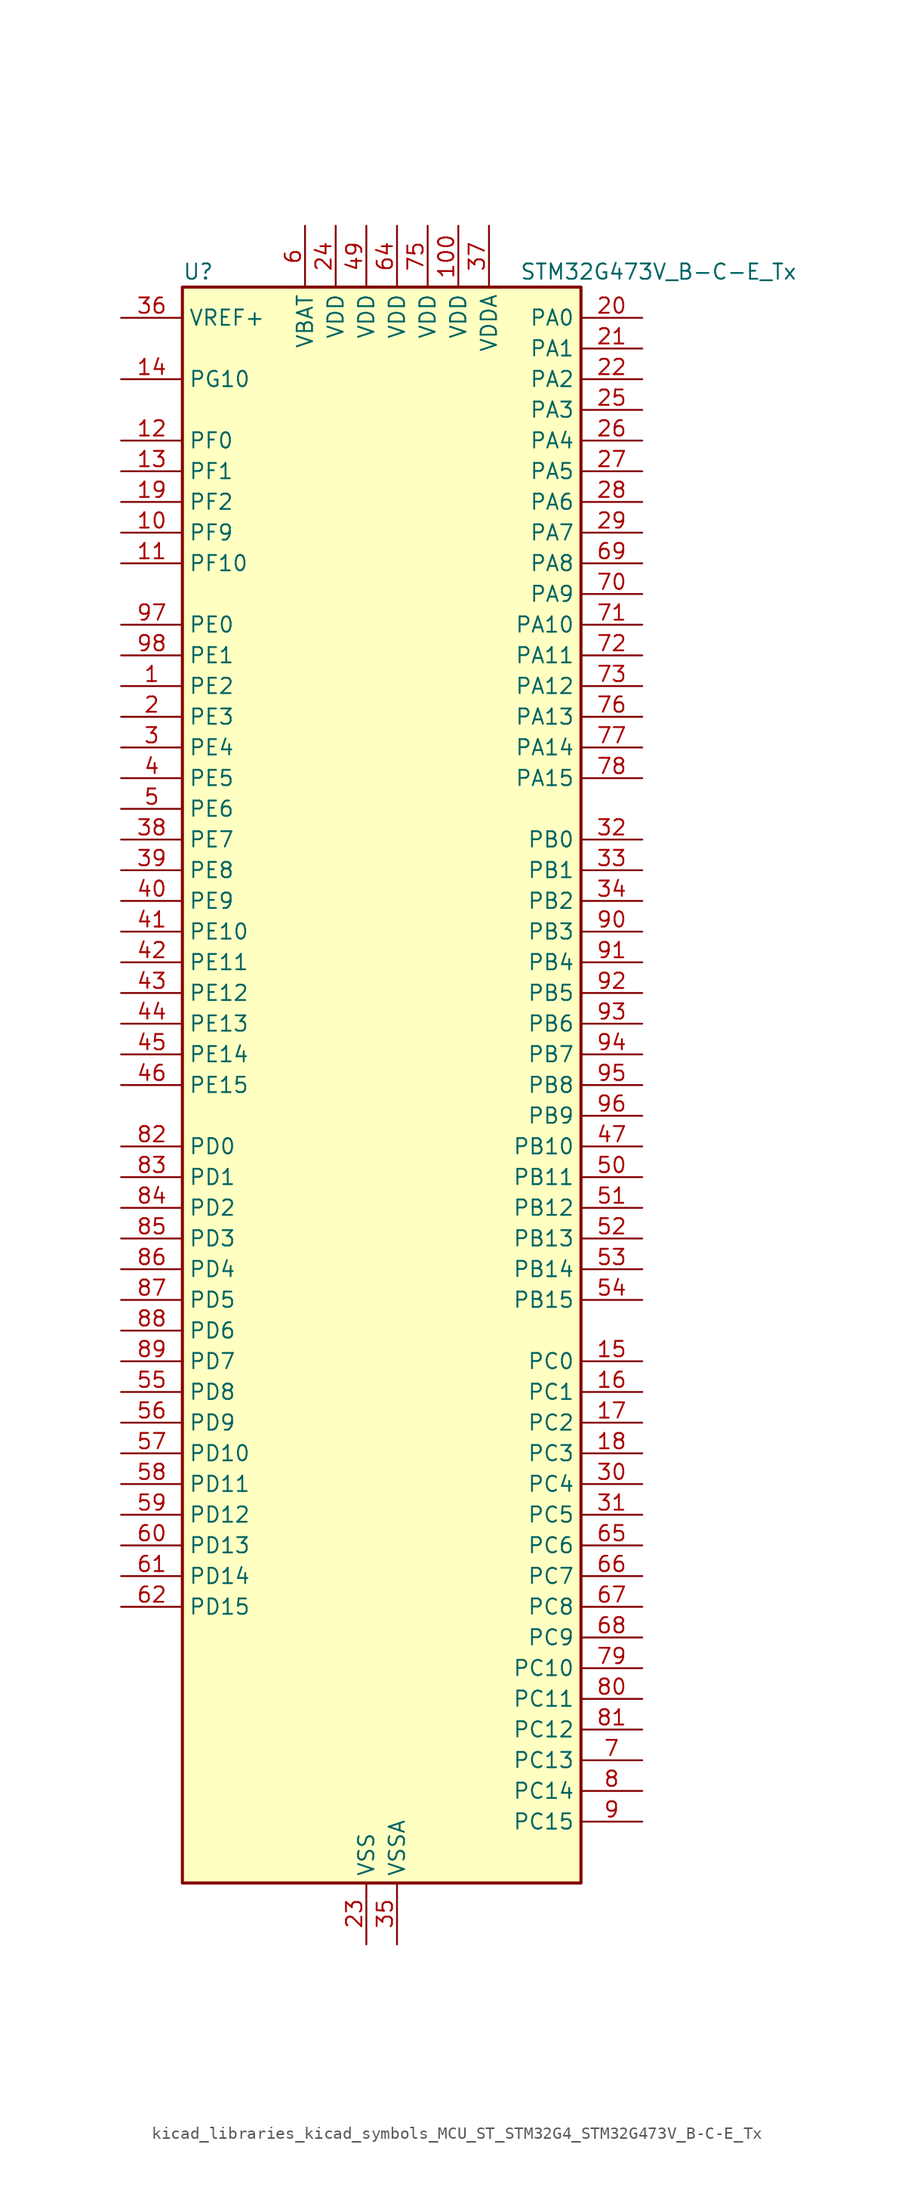
<source format=kicad_sym>
(kicad_symbol_lib
  (version 20220914)
  (generator kicad_symbol_editor)
  (symbol "kicad_libraries_kicad_symbols_MCU_ST_STM32G4_STM32G473V_B-C-E_Tx"
    (property "Reference" "U"
      (at -15.24 67.31 0)
      (effects (font (size 1.27 1.27)) (justify left)))
    (property "Value" "STM32G473V_B-C-E_Tx"
      (at 12.7 67.31 0)
      (effects (font (size 1.27 1.27)) (justify left)))
    (property "ki_locked" ""
      (at 0 0 0)
      (effects (font (size 1.27 1.27))))
    (symbol "kicad_libraries_kicad_symbols_MCU_ST_STM32G4_STM32G473V_B-C-E_Tx_0_1"
      (rectangle (start -15.24 -66.04) (end 17.78 66.04) (stroke (width 0.254) (type default)) (fill (type background))))
    (symbol "kicad_libraries_kicad_symbols_MCU_ST_STM32G4_STM32G473V_B-C-E_Tx_1_1"
      (pin bidirectional line (at -20.32 33.02 0) (length 5.08) (name "PE2" (effects (font (size 1.27 1.27)))) (number "1" (effects (font (size 1.27 1.27)))) (alternate "ADC3_EXTI2" bidirectional line) (alternate "ADC4_EXTI2" bidirectional line) (alternate "ADC5_EXTI2" bidirectional line) (alternate "FMC_A23" bidirectional line) (alternate "SAI1_CK1" bidirectional line) (alternate "SAI1_MCLK_A" bidirectional line) (alternate "SPI4_SCK" bidirectional line) (alternate "SYS_TRACECLK" bidirectional line) (alternate "TIM20_CH1" bidirectional line) (alternate "TIM3_CH1" bidirectional line))
      (pin bidirectional line (at -20.32 45.72 0) (length 5.08) (name "PF9" (effects (font (size 1.27 1.27)))) (number "10" (effects (font (size 1.27 1.27)))) (alternate "DAC1_EXTI9" bidirectional line) (alternate "DAC2_EXTI9" bidirectional line) (alternate "DAC3_EXTI9" bidirectional line) (alternate "DAC4_EXTI9" bidirectional line) (alternate "FMC_A25" bidirectional line) (alternate "QUADSPI1_BK1_IO1" bidirectional line) (alternate "SAI1_FS_B" bidirectional line) (alternate "SPI2_SCK" bidirectional line) (alternate "TIM15_CH1" bidirectional line) (alternate "TIM20_BKIN" bidirectional line) (alternate "TIM5_CH4" bidirectional line))
      (pin power_in line (at 7.62 71.12 270) (length 5.08) (name "VDD" (effects (font (size 1.27 1.27)))) (number "100" (effects (font (size 1.27 1.27)))))
      (pin bidirectional line (at -20.32 43.18 0) (length 5.08) (name "PF10" (effects (font (size 1.27 1.27)))) (number "11" (effects (font (size 1.27 1.27)))) (alternate "DAC1_EXTI10" bidirectional line) (alternate "DAC2_EXTI10" bidirectional line) (alternate "DAC3_EXTI10" bidirectional line) (alternate "DAC4_EXTI10" bidirectional line) (alternate "FMC_A0" bidirectional line) (alternate "QUADSPI1_CLK" bidirectional line) (alternate "SAI1_D3" bidirectional line) (alternate "SPI2_SCK" bidirectional line) (alternate "TIM15_CH2" bidirectional line) (alternate "TIM20_BKIN2" bidirectional line))
      (pin bidirectional line (at -20.32 53.34 0) (length 5.08) (name "PF0" (effects (font (size 1.27 1.27)))) (number "12" (effects (font (size 1.27 1.27)))) (alternate "ADC1_IN10" bidirectional line) (alternate "I2C2_SDA" bidirectional line) (alternate "I2S2_WS" bidirectional line) (alternate "RCC_OSC_IN" bidirectional line) (alternate "SPI2_NSS" bidirectional line) (alternate "TIM1_CH3N" bidirectional line))
      (pin bidirectional line (at -20.32 50.8 0) (length 5.08) (name "PF1" (effects (font (size 1.27 1.27)))) (number "13" (effects (font (size 1.27 1.27)))) (alternate "ADC2_IN10" bidirectional line) (alternate "COMP3_INM" bidirectional line) (alternate "I2S2_CK" bidirectional line) (alternate "RCC_OSC_OUT" bidirectional line) (alternate "SPI2_SCK" bidirectional line))
      (pin bidirectional line (at -20.32 58.42 0) (length 5.08) (name "PG10" (effects (font (size 1.27 1.27)))) (number "14" (effects (font (size 1.27 1.27)))) (alternate "DAC1_EXTI10" bidirectional line) (alternate "DAC2_EXTI10" bidirectional line) (alternate "DAC3_EXTI10" bidirectional line) (alternate "DAC4_EXTI10" bidirectional line) (alternate "RCC_MCO" bidirectional line))
      (pin bidirectional line (at 22.86 -22.86 180) (length 5.08) (name "PC0" (effects (font (size 1.27 1.27)))) (number "15" (effects (font (size 1.27 1.27)))) (alternate "ADC1_IN6" bidirectional line) (alternate "ADC2_IN6" bidirectional line) (alternate "COMP3_INM" bidirectional line) (alternate "LPTIM1_IN1" bidirectional line) (alternate "LPUART1_RX" bidirectional line) (alternate "TIM1_CH1" bidirectional line))
      (pin bidirectional line (at 22.86 -25.4 180) (length 5.08) (name "PC1" (effects (font (size 1.27 1.27)))) (number "16" (effects (font (size 1.27 1.27)))) (alternate "ADC1_IN7" bidirectional line) (alternate "ADC2_IN7" bidirectional line) (alternate "COMP3_INP" bidirectional line) (alternate "LPTIM1_OUT" bidirectional line) (alternate "LPUART1_TX" bidirectional line) (alternate "QUADSPI1_BK2_IO0" bidirectional line) (alternate "SAI1_SD_A" bidirectional line) (alternate "TIM1_CH2" bidirectional line))
      (pin bidirectional line (at 22.86 -27.94 180) (length 5.08) (name "PC2" (effects (font (size 1.27 1.27)))) (number "17" (effects (font (size 1.27 1.27)))) (alternate "ADC1_IN8" bidirectional line) (alternate "ADC2_IN8" bidirectional line) (alternate "ADC3_EXTI2" bidirectional line) (alternate "ADC4_EXTI2" bidirectional line) (alternate "ADC5_EXTI2" bidirectional line) (alternate "COMP3_OUT" bidirectional line) (alternate "LPTIM1_IN2" bidirectional line) (alternate "QUADSPI1_BK2_IO1" bidirectional line) (alternate "TIM1_CH3" bidirectional line) (alternate "TIM20_CH2" bidirectional line))
      (pin bidirectional line (at 22.86 -30.48 180) (length 5.08) (name "PC3" (effects (font (size 1.27 1.27)))) (number "18" (effects (font (size 1.27 1.27)))) (alternate "ADC1_IN9" bidirectional line) (alternate "ADC2_IN9" bidirectional line) (alternate "ADC3_EXTI3" bidirectional line) (alternate "ADC4_EXTI3" bidirectional line) (alternate "ADC5_EXTI3" bidirectional line) (alternate "LPTIM1_ETR" bidirectional line) (alternate "OPAMP5_VINP" bidirectional line) (alternate "OPAMP5_VINP_SEC" bidirectional line) (alternate "QUADSPI1_BK2_IO2" bidirectional line) (alternate "SAI1_D1" bidirectional line) (alternate "SAI1_SD_A" bidirectional line) (alternate "TIM1_BKIN2" bidirectional line) (alternate "TIM1_CH4" bidirectional line))
      (pin bidirectional line (at -20.32 48.26 0) (length 5.08) (name "PF2" (effects (font (size 1.27 1.27)))) (number "19" (effects (font (size 1.27 1.27)))) (alternate "ADC3_EXTI2" bidirectional line) (alternate "ADC4_EXTI2" bidirectional line) (alternate "ADC5_EXTI2" bidirectional line) (alternate "FMC_A2" bidirectional line) (alternate "I2C2_SMBA" bidirectional line) (alternate "TIM20_CH3" bidirectional line))
      (pin bidirectional line (at -20.32 30.48 0) (length 5.08) (name "PE3" (effects (font (size 1.27 1.27)))) (number "2" (effects (font (size 1.27 1.27)))) (alternate "ADC3_EXTI3" bidirectional line) (alternate "ADC4_EXTI3" bidirectional line) (alternate "ADC5_EXTI3" bidirectional line) (alternate "FMC_A19" bidirectional line) (alternate "SAI1_SD_B" bidirectional line) (alternate "SPI4_NSS" bidirectional line) (alternate "SYS_TRACED0" bidirectional line) (alternate "TIM20_CH2" bidirectional line) (alternate "TIM3_CH2" bidirectional line))
      (pin bidirectional line (at 22.86 63.5 180) (length 5.08) (name "PA0" (effects (font (size 1.27 1.27)))) (number "20" (effects (font (size 1.27 1.27)))) (alternate "ADC1_IN1" bidirectional line) (alternate "ADC2_IN1" bidirectional line) (alternate "COMP1_INM" bidirectional line) (alternate "COMP1_OUT" bidirectional line) (alternate "COMP3_INP" bidirectional line) (alternate "RTC_TAMP2" bidirectional line) (alternate "SYS_WKUP1" bidirectional line) (alternate "TIM2_CH1" bidirectional line) (alternate "TIM2_ETR" bidirectional line) (alternate "TIM5_CH1" bidirectional line) (alternate "TIM8_BKIN" bidirectional line) (alternate "TIM8_ETR" bidirectional line) (alternate "USART2_CTS" bidirectional line) (alternate "USART2_NSS" bidirectional line))
      (pin bidirectional line (at 22.86 60.96 180) (length 5.08) (name "PA1" (effects (font (size 1.27 1.27)))) (number "21" (effects (font (size 1.27 1.27)))) (alternate "ADC1_IN2" bidirectional line) (alternate "ADC2_IN2" bidirectional line) (alternate "COMP1_INP" bidirectional line) (alternate "OPAMP1_VINP" bidirectional line) (alternate "OPAMP1_VINP_SEC" bidirectional line) (alternate "OPAMP3_VINP" bidirectional line) (alternate "OPAMP3_VINP_SEC" bidirectional line) (alternate "OPAMP6_VINM" bidirectional line) (alternate "OPAMP6_VINM0" bidirectional line) (alternate "OPAMP6_VINM_SEC" bidirectional line) (alternate "RTC_REFIN" bidirectional line) (alternate "TIM15_CH1N" bidirectional line) (alternate "TIM2_CH2" bidirectional line) (alternate "TIM5_CH2" bidirectional line) (alternate "USART2_DE" bidirectional line) (alternate "USART2_RTS" bidirectional line))
      (pin bidirectional line (at 22.86 58.42 180) (length 5.08) (name "PA2" (effects (font (size 1.27 1.27)))) (number "22" (effects (font (size 1.27 1.27)))) (alternate "ADC1_IN3" bidirectional line) (alternate "ADC3_EXTI2" bidirectional line) (alternate "ADC4_EXTI2" bidirectional line) (alternate "ADC5_EXTI2" bidirectional line) (alternate "COMP2_INM" bidirectional line) (alternate "COMP2_OUT" bidirectional line) (alternate "LPUART1_TX" bidirectional line) (alternate "OPAMP1_VOUT" bidirectional line) (alternate "QUADSPI1_BK1_NCS" bidirectional line) (alternate "RCC_LSCO" bidirectional line) (alternate "SYS_WKUP4" bidirectional line) (alternate "TIM15_CH1" bidirectional line) (alternate "TIM2_CH3" bidirectional line) (alternate "TIM5_CH3" bidirectional line) (alternate "UCPD1_FRSTX1" bidirectional line) (alternate "UCPD1_FRSTX2" bidirectional line) (alternate "USART2_TX" bidirectional line))
      (pin power_in line (at 0 -71.12 90) (length 5.08) (name "VSS" (effects (font (size 1.27 1.27)))) (number "23" (effects (font (size 1.27 1.27)))))
      (pin power_in line (at -2.54 71.12 270) (length 5.08) (name "VDD" (effects (font (size 1.27 1.27)))) (number "24" (effects (font (size 1.27 1.27)))))
      (pin bidirectional line (at 22.86 55.88 180) (length 5.08) (name "PA3" (effects (font (size 1.27 1.27)))) (number "25" (effects (font (size 1.27 1.27)))) (alternate "ADC1_IN4" bidirectional line) (alternate "ADC3_EXTI3" bidirectional line) (alternate "ADC4_EXTI3" bidirectional line) (alternate "ADC5_EXTI3" bidirectional line) (alternate "COMP2_INP" bidirectional line) (alternate "LPUART1_RX" bidirectional line) (alternate "OPAMP1_VINM" bidirectional line) (alternate "OPAMP1_VINM0" bidirectional line) (alternate "OPAMP1_VINM_SEC" bidirectional line) (alternate "OPAMP1_VINP" bidirectional line) (alternate "OPAMP1_VINP_SEC" bidirectional line) (alternate "OPAMP5_VINM" bidirectional line) (alternate "OPAMP5_VINM1" bidirectional line) (alternate "OPAMP5_VINM_SEC" bidirectional line) (alternate "QUADSPI1_CLK" bidirectional line) (alternate "SAI1_CK1" bidirectional line) (alternate "SAI1_MCLK_A" bidirectional line) (alternate "TIM15_CH2" bidirectional line) (alternate "TIM2_CH4" bidirectional line) (alternate "TIM5_CH4" bidirectional line) (alternate "USART2_RX" bidirectional line))
      (pin bidirectional line (at 22.86 53.34 180) (length 5.08) (name "PA4" (effects (font (size 1.27 1.27)))) (number "26" (effects (font (size 1.27 1.27)))) (alternate "ADC2_IN17" bidirectional line) (alternate "COMP1_INM" bidirectional line) (alternate "DAC1_OUT1" bidirectional line) (alternate "I2S3_WS" bidirectional line) (alternate "SAI1_FS_B" bidirectional line) (alternate "SPI1_NSS" bidirectional line) (alternate "SPI3_NSS" bidirectional line) (alternate "TIM3_CH2" bidirectional line) (alternate "USART2_CK" bidirectional line))
      (pin bidirectional line (at 22.86 50.8 180) (length 5.08) (name "PA5" (effects (font (size 1.27 1.27)))) (number "27" (effects (font (size 1.27 1.27)))) (alternate "ADC2_IN13" bidirectional line) (alternate "COMP2_INM" bidirectional line) (alternate "DAC1_OUT2" bidirectional line) (alternate "OPAMP2_VINM" bidirectional line) (alternate "OPAMP2_VINM0" bidirectional line) (alternate "OPAMP2_VINM_SEC" bidirectional line) (alternate "SPI1_SCK" bidirectional line) (alternate "TIM2_CH1" bidirectional line) (alternate "TIM2_ETR" bidirectional line) (alternate "UCPD1_FRSTX1" bidirectional line) (alternate "UCPD1_FRSTX2" bidirectional line))
      (pin bidirectional line (at 22.86 48.26 180) (length 5.08) (name "PA6" (effects (font (size 1.27 1.27)))) (number "28" (effects (font (size 1.27 1.27)))) (alternate "ADC2_IN3" bidirectional line) (alternate "COMP1_OUT" bidirectional line) (alternate "DAC2_OUT1" bidirectional line) (alternate "LPUART1_CTS" bidirectional line) (alternate "OPAMP2_VOUT" bidirectional line) (alternate "QUADSPI1_BK1_IO3" bidirectional line) (alternate "SPI1_MISO" bidirectional line) (alternate "TIM16_CH1" bidirectional line) (alternate "TIM1_BKIN" bidirectional line) (alternate "TIM3_CH1" bidirectional line) (alternate "TIM8_BKIN" bidirectional line))
      (pin bidirectional line (at 22.86 45.72 180) (length 5.08) (name "PA7" (effects (font (size 1.27 1.27)))) (number "29" (effects (font (size 1.27 1.27)))) (alternate "ADC2_IN4" bidirectional line) (alternate "COMP2_INP" bidirectional line) (alternate "COMP2_OUT" bidirectional line) (alternate "OPAMP1_VINP" bidirectional line) (alternate "OPAMP1_VINP_SEC" bidirectional line) (alternate "OPAMP2_VINP" bidirectional line) (alternate "OPAMP2_VINP_SEC" bidirectional line) (alternate "QUADSPI1_BK1_IO2" bidirectional line) (alternate "SPI1_MOSI" bidirectional line) (alternate "TIM17_CH1" bidirectional line) (alternate "TIM1_CH1N" bidirectional line) (alternate "TIM3_CH2" bidirectional line) (alternate "TIM8_CH1N" bidirectional line) (alternate "UCPD1_FRSTX1" bidirectional line) (alternate "UCPD1_FRSTX2" bidirectional line))
      (pin bidirectional line (at -20.32 27.94 0) (length 5.08) (name "PE4" (effects (font (size 1.27 1.27)))) (number "3" (effects (font (size 1.27 1.27)))) (alternate "FMC_A20" bidirectional line) (alternate "SAI1_D2" bidirectional line) (alternate "SAI1_FS_A" bidirectional line) (alternate "SPI4_NSS" bidirectional line) (alternate "SYS_TRACED1" bidirectional line) (alternate "TIM20_CH1N" bidirectional line) (alternate "TIM3_CH3" bidirectional line))
      (pin bidirectional line (at 22.86 -33.02 180) (length 5.08) (name "PC4" (effects (font (size 1.27 1.27)))) (number "30" (effects (font (size 1.27 1.27)))) (alternate "ADC2_IN5" bidirectional line) (alternate "I2C2_SCL" bidirectional line) (alternate "QUADSPI1_BK2_IO3" bidirectional line) (alternate "TIM1_ETR" bidirectional line) (alternate "USART1_TX" bidirectional line))
      (pin bidirectional line (at 22.86 -35.56 180) (length 5.08) (name "PC5" (effects (font (size 1.27 1.27)))) (number "31" (effects (font (size 1.27 1.27)))) (alternate "ADC2_IN11" bidirectional line) (alternate "OPAMP1_VINM" bidirectional line) (alternate "OPAMP1_VINM1" bidirectional line) (alternate "OPAMP1_VINM_SEC" bidirectional line) (alternate "OPAMP2_VINM" bidirectional line) (alternate "OPAMP2_VINM1" bidirectional line) (alternate "OPAMP2_VINM_SEC" bidirectional line) (alternate "SAI1_D3" bidirectional line) (alternate "SYS_WKUP5" bidirectional line) (alternate "TIM15_BKIN" bidirectional line) (alternate "TIM1_CH4N" bidirectional line) (alternate "USART1_RX" bidirectional line))
      (pin bidirectional line (at 22.86 20.32 180) (length 5.08) (name "PB0" (effects (font (size 1.27 1.27)))) (number "32" (effects (font (size 1.27 1.27)))) (alternate "ADC1_IN15" bidirectional line) (alternate "ADC3_IN12" bidirectional line) (alternate "COMP4_INP" bidirectional line) (alternate "OPAMP2_VINP" bidirectional line) (alternate "OPAMP2_VINP_SEC" bidirectional line) (alternate "OPAMP3_VINP" bidirectional line) (alternate "OPAMP3_VINP_SEC" bidirectional line) (alternate "QUADSPI1_BK1_IO1" bidirectional line) (alternate "TIM1_CH2N" bidirectional line) (alternate "TIM3_CH3" bidirectional line) (alternate "TIM8_CH2N" bidirectional line) (alternate "UCPD1_FRSTX1" bidirectional line) (alternate "UCPD1_FRSTX2" bidirectional line))
      (pin bidirectional line (at 22.86 17.78 180) (length 5.08) (name "PB1" (effects (font (size 1.27 1.27)))) (number "33" (effects (font (size 1.27 1.27)))) (alternate "ADC1_IN12" bidirectional line) (alternate "ADC3_IN1" bidirectional line) (alternate "COMP1_INP" bidirectional line) (alternate "COMP4_OUT" bidirectional line) (alternate "LPUART1_DE" bidirectional line) (alternate "LPUART1_RTS" bidirectional line) (alternate "OPAMP3_VOUT" bidirectional line) (alternate "OPAMP6_VINM" bidirectional line) (alternate "OPAMP6_VINM1" bidirectional line) (alternate "OPAMP6_VINM_SEC" bidirectional line) (alternate "QUADSPI1_BK1_IO0" bidirectional line) (alternate "TIM1_CH3N" bidirectional line) (alternate "TIM3_CH4" bidirectional line) (alternate "TIM8_CH3N" bidirectional line))
      (pin bidirectional line (at 22.86 15.24 180) (length 5.08) (name "PB2" (effects (font (size 1.27 1.27)))) (number "34" (effects (font (size 1.27 1.27)))) (alternate "ADC2_IN12" bidirectional line) (alternate "ADC3_EXTI2" bidirectional line) (alternate "ADC4_EXTI2" bidirectional line) (alternate "ADC5_EXTI2" bidirectional line) (alternate "COMP4_INM" bidirectional line) (alternate "I2C3_SMBA" bidirectional line) (alternate "LPTIM1_OUT" bidirectional line) (alternate "OPAMP3_VINM" bidirectional line) (alternate "OPAMP3_VINM0" bidirectional line) (alternate "OPAMP3_VINM_SEC" bidirectional line) (alternate "QUADSPI1_BK2_IO1" bidirectional line) (alternate "RTC_OUT2" bidirectional line) (alternate "TIM20_CH1" bidirectional line) (alternate "TIM5_CH1" bidirectional line))
      (pin power_in line (at 2.54 -71.12 90) (length 5.08) (name "VSSA" (effects (font (size 1.27 1.27)))) (number "35" (effects (font (size 1.27 1.27)))))
      (pin input line (at -20.32 63.5 0) (length 5.08) (name "VREF+" (effects (font (size 1.27 1.27)))) (number "36" (effects (font (size 1.27 1.27)))) (alternate "VREFBUF_OUT" bidirectional line))
      (pin power_in line (at 10.16 71.12 270) (length 5.08) (name "VDDA" (effects (font (size 1.27 1.27)))) (number "37" (effects (font (size 1.27 1.27)))))
      (pin bidirectional line (at -20.32 20.32 0) (length 5.08) (name "PE7" (effects (font (size 1.27 1.27)))) (number "38" (effects (font (size 1.27 1.27)))) (alternate "ADC3_IN4" bidirectional line) (alternate "COMP4_INP" bidirectional line) (alternate "FMC_D4" bidirectional line) (alternate "FMC_DA4" bidirectional line) (alternate "SAI1_SD_B" bidirectional line) (alternate "TIM1_ETR" bidirectional line))
      (pin bidirectional line (at -20.32 17.78 0) (length 5.08) (name "PE8" (effects (font (size 1.27 1.27)))) (number "39" (effects (font (size 1.27 1.27)))) (alternate "ADC3_IN6" bidirectional line) (alternate "ADC4_IN6" bidirectional line) (alternate "ADC5_IN6" bidirectional line) (alternate "COMP4_INM" bidirectional line) (alternate "FMC_D5" bidirectional line) (alternate "FMC_DA5" bidirectional line) (alternate "SAI1_SCK_B" bidirectional line) (alternate "TIM1_CH1N" bidirectional line) (alternate "TIM5_CH3" bidirectional line))
      (pin bidirectional line (at -20.32 25.4 0) (length 5.08) (name "PE5" (effects (font (size 1.27 1.27)))) (number "4" (effects (font (size 1.27 1.27)))) (alternate "FMC_A21" bidirectional line) (alternate "SAI1_CK2" bidirectional line) (alternate "SAI1_SCK_A" bidirectional line) (alternate "SPI4_MISO" bidirectional line) (alternate "SYS_TRACED2" bidirectional line) (alternate "TIM20_CH2N" bidirectional line) (alternate "TIM3_CH4" bidirectional line))
      (pin bidirectional line (at -20.32 15.24 0) (length 5.08) (name "PE9" (effects (font (size 1.27 1.27)))) (number "40" (effects (font (size 1.27 1.27)))) (alternate "ADC3_IN2" bidirectional line) (alternate "DAC1_EXTI9" bidirectional line) (alternate "DAC2_EXTI9" bidirectional line) (alternate "DAC3_EXTI9" bidirectional line) (alternate "DAC4_EXTI9" bidirectional line) (alternate "FMC_D6" bidirectional line) (alternate "FMC_DA6" bidirectional line) (alternate "SAI1_FS_B" bidirectional line) (alternate "TIM1_CH1" bidirectional line) (alternate "TIM5_CH4" bidirectional line))
      (pin bidirectional line (at -20.32 12.7 0) (length 5.08) (name "PE10" (effects (font (size 1.27 1.27)))) (number "41" (effects (font (size 1.27 1.27)))) (alternate "ADC3_IN14" bidirectional line) (alternate "ADC4_IN14" bidirectional line) (alternate "ADC5_IN14" bidirectional line) (alternate "DAC1_EXTI10" bidirectional line) (alternate "DAC2_EXTI10" bidirectional line) (alternate "DAC3_EXTI10" bidirectional line) (alternate "DAC4_EXTI10" bidirectional line) (alternate "FMC_D7" bidirectional line) (alternate "FMC_DA7" bidirectional line) (alternate "QUADSPI1_CLK" bidirectional line) (alternate "SAI1_MCLK_B" bidirectional line) (alternate "TIM1_CH2N" bidirectional line))
      (pin bidirectional line (at -20.32 10.16 0) (length 5.08) (name "PE11" (effects (font (size 1.27 1.27)))) (number "42" (effects (font (size 1.27 1.27)))) (alternate "ADC1_EXTI11" bidirectional line) (alternate "ADC2_EXTI11" bidirectional line) (alternate "ADC3_IN15" bidirectional line) (alternate "ADC4_IN15" bidirectional line) (alternate "ADC5_IN15" bidirectional line) (alternate "FMC_D8" bidirectional line) (alternate "FMC_DA8" bidirectional line) (alternate "QUADSPI1_BK1_NCS" bidirectional line) (alternate "SPI4_NSS" bidirectional line) (alternate "TIM1_CH2" bidirectional line))
      (pin bidirectional line (at -20.32 7.62 0) (length 5.08) (name "PE12" (effects (font (size 1.27 1.27)))) (number "43" (effects (font (size 1.27 1.27)))) (alternate "ADC3_IN16" bidirectional line) (alternate "ADC4_IN16" bidirectional line) (alternate "ADC5_IN16" bidirectional line) (alternate "FMC_D9" bidirectional line) (alternate "FMC_DA9" bidirectional line) (alternate "QUADSPI1_BK1_IO0" bidirectional line) (alternate "SPI4_SCK" bidirectional line) (alternate "TIM1_CH3N" bidirectional line))
      (pin bidirectional line (at -20.32 5.08 0) (length 5.08) (name "PE13" (effects (font (size 1.27 1.27)))) (number "44" (effects (font (size 1.27 1.27)))) (alternate "ADC3_IN3" bidirectional line) (alternate "FMC_D10" bidirectional line) (alternate "FMC_DA10" bidirectional line) (alternate "QUADSPI1_BK1_IO1" bidirectional line) (alternate "SPI4_MISO" bidirectional line) (alternate "TIM1_CH3" bidirectional line))
      (pin bidirectional line (at -20.32 2.54 0) (length 5.08) (name "PE14" (effects (font (size 1.27 1.27)))) (number "45" (effects (font (size 1.27 1.27)))) (alternate "ADC4_IN1" bidirectional line) (alternate "FMC_D11" bidirectional line) (alternate "FMC_DA11" bidirectional line) (alternate "QUADSPI1_BK1_IO2" bidirectional line) (alternate "SPI4_MOSI" bidirectional line) (alternate "TIM1_BKIN2" bidirectional line) (alternate "TIM1_CH4" bidirectional line))
      (pin bidirectional line (at -20.32 0 0) (length 5.08) (name "PE15" (effects (font (size 1.27 1.27)))) (number "46" (effects (font (size 1.27 1.27)))) (alternate "ADC1_EXTI15" bidirectional line) (alternate "ADC2_EXTI15" bidirectional line) (alternate "ADC4_IN2" bidirectional line) (alternate "FMC_D12" bidirectional line) (alternate "FMC_DA12" bidirectional line) (alternate "QUADSPI1_BK1_IO3" bidirectional line) (alternate "TIM1_BKIN" bidirectional line) (alternate "TIM1_CH4N" bidirectional line) (alternate "USART3_RX" bidirectional line))
      (pin bidirectional line (at 22.86 -5.08 180) (length 5.08) (name "PB10" (effects (font (size 1.27 1.27)))) (number "47" (effects (font (size 1.27 1.27)))) (alternate "COMP5_INM" bidirectional line) (alternate "DAC1_EXTI10" bidirectional line) (alternate "DAC2_EXTI10" bidirectional line) (alternate "DAC3_EXTI10" bidirectional line) (alternate "DAC4_EXTI10" bidirectional line) (alternate "LPUART1_RX" bidirectional line) (alternate "OPAMP3_VINM" bidirectional line) (alternate "OPAMP3_VINM1" bidirectional line) (alternate "OPAMP3_VINM_SEC" bidirectional line) (alternate "OPAMP4_VINM" bidirectional line) (alternate "OPAMP4_VINM0" bidirectional line) (alternate "OPAMP4_VINM_SEC" bidirectional line) (alternate "QUADSPI1_CLK" bidirectional line) (alternate "SAI1_SCK_A" bidirectional line) (alternate "TIM1_BKIN" bidirectional line) (alternate "TIM2_CH3" bidirectional line) (alternate "USART3_TX" bidirectional line))
      (pin passive line (at 0 -71.12 90) (length 5.08) hide (name "VSS" (effects (font (size 1.27 1.27)))) (number "48" (effects (font (size 1.27 1.27)))))
      (pin power_in line (at 0 71.12 270) (length 5.08) (name "VDD" (effects (font (size 1.27 1.27)))) (number "49" (effects (font (size 1.27 1.27)))))
      (pin bidirectional line (at -20.32 22.86 0) (length 5.08) (name "PE6" (effects (font (size 1.27 1.27)))) (number "5" (effects (font (size 1.27 1.27)))) (alternate "FMC_A22" bidirectional line) (alternate "RTC_TAMP3" bidirectional line) (alternate "SAI1_D1" bidirectional line) (alternate "SAI1_SD_A" bidirectional line) (alternate "SPI4_MOSI" bidirectional line) (alternate "SYS_TRACED3" bidirectional line) (alternate "SYS_WKUP3" bidirectional line) (alternate "TIM20_CH3N" bidirectional line))
      (pin bidirectional line (at 22.86 -7.62 180) (length 5.08) (name "PB11" (effects (font (size 1.27 1.27)))) (number "50" (effects (font (size 1.27 1.27)))) (alternate "ADC1_EXTI11" bidirectional line) (alternate "ADC1_IN14" bidirectional line) (alternate "ADC2_EXTI11" bidirectional line) (alternate "ADC2_IN14" bidirectional line) (alternate "COMP6_INP" bidirectional line) (alternate "LPUART1_TX" bidirectional line) (alternate "OPAMP4_VINP" bidirectional line) (alternate "OPAMP4_VINP_SEC" bidirectional line) (alternate "OPAMP6_VOUT" bidirectional line) (alternate "QUADSPI1_BK1_NCS" bidirectional line) (alternate "TIM2_CH4" bidirectional line) (alternate "USART3_RX" bidirectional line))
      (pin bidirectional line (at 22.86 -10.16 180) (length 5.08) (name "PB12" (effects (font (size 1.27 1.27)))) (number "51" (effects (font (size 1.27 1.27)))) (alternate "ADC1_IN11" bidirectional line) (alternate "ADC4_IN3" bidirectional line) (alternate "COMP7_INM" bidirectional line) (alternate "FDCAN2_RX" bidirectional line) (alternate "I2C2_SMBA" bidirectional line) (alternate "I2S2_WS" bidirectional line) (alternate "LPUART1_DE" bidirectional line) (alternate "LPUART1_RTS" bidirectional line) (alternate "OPAMP4_VOUT" bidirectional line) (alternate "OPAMP6_VINP" bidirectional line) (alternate "OPAMP6_VINP_SEC" bidirectional line) (alternate "SPI2_NSS" bidirectional line) (alternate "TIM1_BKIN" bidirectional line) (alternate "TIM5_ETR" bidirectional line) (alternate "USART3_CK" bidirectional line))
      (pin bidirectional line (at 22.86 -12.7 180) (length 5.08) (name "PB13" (effects (font (size 1.27 1.27)))) (number "52" (effects (font (size 1.27 1.27)))) (alternate "ADC3_IN5" bidirectional line) (alternate "COMP5_INP" bidirectional line) (alternate "FDCAN2_TX" bidirectional line) (alternate "I2S2_CK" bidirectional line) (alternate "LPUART1_CTS" bidirectional line) (alternate "OPAMP3_VINP" bidirectional line) (alternate "OPAMP3_VINP_SEC" bidirectional line) (alternate "OPAMP4_VINP" bidirectional line) (alternate "OPAMP4_VINP_SEC" bidirectional line) (alternate "OPAMP6_VINP" bidirectional line) (alternate "OPAMP6_VINP_SEC" bidirectional line) (alternate "SPI2_SCK" bidirectional line) (alternate "TIM1_CH1N" bidirectional line) (alternate "USART3_CTS" bidirectional line) (alternate "USART3_NSS" bidirectional line))
      (pin bidirectional line (at 22.86 -15.24 180) (length 5.08) (name "PB14" (effects (font (size 1.27 1.27)))) (number "53" (effects (font (size 1.27 1.27)))) (alternate "ADC1_IN5" bidirectional line) (alternate "ADC4_IN4" bidirectional line) (alternate "COMP4_OUT" bidirectional line) (alternate "COMP7_INP" bidirectional line) (alternate "OPAMP2_VINP" bidirectional line) (alternate "OPAMP2_VINP_SEC" bidirectional line) (alternate "OPAMP5_VINP" bidirectional line) (alternate "OPAMP5_VINP_SEC" bidirectional line) (alternate "SPI2_MISO" bidirectional line) (alternate "TIM15_CH1" bidirectional line) (alternate "TIM1_CH2N" bidirectional line) (alternate "USART3_DE" bidirectional line) (alternate "USART3_RTS" bidirectional line))
      (pin bidirectional line (at 22.86 -17.78 180) (length 5.08) (name "PB15" (effects (font (size 1.27 1.27)))) (number "54" (effects (font (size 1.27 1.27)))) (alternate "ADC1_EXTI15" bidirectional line) (alternate "ADC2_EXTI15" bidirectional line) (alternate "ADC2_IN15" bidirectional line) (alternate "ADC4_IN5" bidirectional line) (alternate "COMP3_OUT" bidirectional line) (alternate "COMP6_INM" bidirectional line) (alternate "I2S2_SD" bidirectional line) (alternate "OPAMP5_VINM" bidirectional line) (alternate "OPAMP5_VINM0" bidirectional line) (alternate "OPAMP5_VINM_SEC" bidirectional line) (alternate "RTC_REFIN" bidirectional line) (alternate "SPI2_MOSI" bidirectional line) (alternate "TIM15_CH1N" bidirectional line) (alternate "TIM15_CH2" bidirectional line) (alternate "TIM1_CH3N" bidirectional line))
      (pin bidirectional line (at -20.32 -25.4 0) (length 5.08) (name "PD8" (effects (font (size 1.27 1.27)))) (number "55" (effects (font (size 1.27 1.27)))) (alternate "ADC4_IN12" bidirectional line) (alternate "ADC5_IN12" bidirectional line) (alternate "FMC_D13" bidirectional line) (alternate "FMC_DA13" bidirectional line) (alternate "OPAMP4_VINM" bidirectional line) (alternate "OPAMP4_VINM1" bidirectional line) (alternate "OPAMP4_VINM_SEC" bidirectional line) (alternate "USART3_TX" bidirectional line))
      (pin bidirectional line (at -20.32 -27.94 0) (length 5.08) (name "PD9" (effects (font (size 1.27 1.27)))) (number "56" (effects (font (size 1.27 1.27)))) (alternate "ADC4_IN13" bidirectional line) (alternate "ADC5_IN13" bidirectional line) (alternate "DAC1_EXTI9" bidirectional line) (alternate "DAC2_EXTI9" bidirectional line) (alternate "DAC3_EXTI9" bidirectional line) (alternate "DAC4_EXTI9" bidirectional line) (alternate "FMC_D14" bidirectional line) (alternate "FMC_DA14" bidirectional line) (alternate "OPAMP6_VINP" bidirectional line) (alternate "OPAMP6_VINP_SEC" bidirectional line) (alternate "USART3_RX" bidirectional line))
      (pin bidirectional line (at -20.32 -30.48 0) (length 5.08) (name "PD10" (effects (font (size 1.27 1.27)))) (number "57" (effects (font (size 1.27 1.27)))) (alternate "ADC3_IN7" bidirectional line) (alternate "ADC4_IN7" bidirectional line) (alternate "ADC5_IN7" bidirectional line) (alternate "COMP6_INM" bidirectional line) (alternate "DAC1_EXTI10" bidirectional line) (alternate "DAC2_EXTI10" bidirectional line) (alternate "DAC3_EXTI10" bidirectional line) (alternate "DAC4_EXTI10" bidirectional line) (alternate "FMC_D15" bidirectional line) (alternate "FMC_DA15" bidirectional line) (alternate "USART3_CK" bidirectional line))
      (pin bidirectional line (at -20.32 -33.02 0) (length 5.08) (name "PD11" (effects (font (size 1.27 1.27)))) (number "58" (effects (font (size 1.27 1.27)))) (alternate "ADC1_EXTI11" bidirectional line) (alternate "ADC2_EXTI11" bidirectional line) (alternate "ADC3_IN8" bidirectional line) (alternate "ADC4_IN8" bidirectional line) (alternate "ADC5_IN8" bidirectional line) (alternate "COMP6_INP" bidirectional line) (alternate "FMC_A16" bidirectional line) (alternate "FMC_CLE" bidirectional line) (alternate "I2C4_SMBA" bidirectional line) (alternate "OPAMP4_VINP" bidirectional line) (alternate "OPAMP4_VINP_SEC" bidirectional line) (alternate "TIM5_ETR" bidirectional line) (alternate "USART3_CTS" bidirectional line) (alternate "USART3_NSS" bidirectional line))
      (pin bidirectional line (at -20.32 -35.56 0) (length 5.08) (name "PD12" (effects (font (size 1.27 1.27)))) (number "59" (effects (font (size 1.27 1.27)))) (alternate "ADC3_IN9" bidirectional line) (alternate "ADC4_IN9" bidirectional line) (alternate "ADC5_IN9" bidirectional line) (alternate "COMP5_INP" bidirectional line) (alternate "FMC_A17" bidirectional line) (alternate "FMC_ALE" bidirectional line) (alternate "OPAMP5_VINP" bidirectional line) (alternate "OPAMP5_VINP_SEC" bidirectional line) (alternate "TIM4_CH1" bidirectional line) (alternate "USART3_DE" bidirectional line) (alternate "USART3_RTS" bidirectional line))
      (pin power_in line (at -5.08 71.12 270) (length 5.08) (name "VBAT" (effects (font (size 1.27 1.27)))) (number "6" (effects (font (size 1.27 1.27)))))
      (pin bidirectional line (at -20.32 -38.1 0) (length 5.08) (name "PD13" (effects (font (size 1.27 1.27)))) (number "60" (effects (font (size 1.27 1.27)))) (alternate "ADC3_IN10" bidirectional line) (alternate "ADC4_IN10" bidirectional line) (alternate "ADC5_IN10" bidirectional line) (alternate "COMP5_INM" bidirectional line) (alternate "FMC_A18" bidirectional line) (alternate "TIM4_CH2" bidirectional line))
      (pin bidirectional line (at -20.32 -40.64 0) (length 5.08) (name "PD14" (effects (font (size 1.27 1.27)))) (number "61" (effects (font (size 1.27 1.27)))) (alternate "ADC3_IN11" bidirectional line) (alternate "ADC4_IN11" bidirectional line) (alternate "ADC5_IN11" bidirectional line) (alternate "COMP7_INP" bidirectional line) (alternate "FMC_D0" bidirectional line) (alternate "FMC_DA0" bidirectional line) (alternate "OPAMP2_VINP" bidirectional line) (alternate "OPAMP2_VINP_SEC" bidirectional line) (alternate "TIM4_CH3" bidirectional line))
      (pin bidirectional line (at -20.32 -43.18 0) (length 5.08) (name "PD15" (effects (font (size 1.27 1.27)))) (number "62" (effects (font (size 1.27 1.27)))) (alternate "ADC1_EXTI15" bidirectional line) (alternate "ADC2_EXTI15" bidirectional line) (alternate "COMP7_INM" bidirectional line) (alternate "FMC_D1" bidirectional line) (alternate "FMC_DA1" bidirectional line) (alternate "SPI2_NSS" bidirectional line) (alternate "TIM4_CH4" bidirectional line))
      (pin passive line (at 0 -71.12 90) (length 5.08) hide (name "VSS" (effects (font (size 1.27 1.27)))) (number "63" (effects (font (size 1.27 1.27)))))
      (pin power_in line (at 2.54 71.12 270) (length 5.08) (name "VDD" (effects (font (size 1.27 1.27)))) (number "64" (effects (font (size 1.27 1.27)))))
      (pin bidirectional line (at 22.86 -38.1 180) (length 5.08) (name "PC6" (effects (font (size 1.27 1.27)))) (number "65" (effects (font (size 1.27 1.27)))) (alternate "COMP6_OUT" bidirectional line) (alternate "I2C4_SCL" bidirectional line) (alternate "I2S2_MCK" bidirectional line) (alternate "TIM3_CH1" bidirectional line) (alternate "TIM8_CH1" bidirectional line))
      (pin bidirectional line (at 22.86 -40.64 180) (length 5.08) (name "PC7" (effects (font (size 1.27 1.27)))) (number "66" (effects (font (size 1.27 1.27)))) (alternate "COMP5_OUT" bidirectional line) (alternate "I2C4_SDA" bidirectional line) (alternate "I2S3_MCK" bidirectional line) (alternate "TIM3_CH2" bidirectional line) (alternate "TIM8_CH2" bidirectional line))
      (pin bidirectional line (at 22.86 -43.18 180) (length 5.08) (name "PC8" (effects (font (size 1.27 1.27)))) (number "67" (effects (font (size 1.27 1.27)))) (alternate "COMP7_OUT" bidirectional line) (alternate "I2C3_SCL" bidirectional line) (alternate "TIM20_CH3" bidirectional line) (alternate "TIM3_CH3" bidirectional line) (alternate "TIM8_CH3" bidirectional line))
      (pin bidirectional line (at 22.86 -45.72 180) (length 5.08) (name "PC9" (effects (font (size 1.27 1.27)))) (number "68" (effects (font (size 1.27 1.27)))) (alternate "DAC1_EXTI9" bidirectional line) (alternate "DAC2_EXTI9" bidirectional line) (alternate "DAC3_EXTI9" bidirectional line) (alternate "DAC4_EXTI9" bidirectional line) (alternate "I2C3_SDA" bidirectional line) (alternate "I2S_CKIN" bidirectional line) (alternate "TIM3_CH4" bidirectional line) (alternate "TIM8_BKIN2" bidirectional line) (alternate "TIM8_CH4" bidirectional line))
      (pin bidirectional line (at 22.86 43.18 180) (length 5.08) (name "PA8" (effects (font (size 1.27 1.27)))) (number "69" (effects (font (size 1.27 1.27)))) (alternate "ADC5_IN1" bidirectional line) (alternate "COMP7_OUT" bidirectional line) (alternate "FDCAN3_RX" bidirectional line) (alternate "I2C2_SDA" bidirectional line) (alternate "I2C3_SCL" bidirectional line) (alternate "I2S2_MCK" bidirectional line) (alternate "OPAMP5_VOUT" bidirectional line) (alternate "RCC_MCO" bidirectional line) (alternate "SAI1_CK2" bidirectional line) (alternate "SAI1_SCK_A" bidirectional line) (alternate "TIM1_CH1" bidirectional line) (alternate "TIM4_ETR" bidirectional line) (alternate "USART1_CK" bidirectional line))
      (pin bidirectional line (at 22.86 -55.88 180) (length 5.08) (name "PC13" (effects (font (size 1.27 1.27)))) (number "7" (effects (font (size 1.27 1.27)))) (alternate "RTC_OUT1" bidirectional line) (alternate "RTC_TAMP1" bidirectional line) (alternate "RTC_TS" bidirectional line) (alternate "SYS_WKUP2" bidirectional line) (alternate "TIM1_BKIN" bidirectional line) (alternate "TIM1_CH1N" bidirectional line) (alternate "TIM8_CH4N" bidirectional line))
      (pin bidirectional line (at 22.86 40.64 180) (length 5.08) (name "PA9" (effects (font (size 1.27 1.27)))) (number "70" (effects (font (size 1.27 1.27)))) (alternate "ADC5_IN2" bidirectional line) (alternate "COMP5_OUT" bidirectional line) (alternate "DAC1_EXTI9" bidirectional line) (alternate "DAC2_EXTI9" bidirectional line) (alternate "DAC3_EXTI9" bidirectional line) (alternate "DAC4_EXTI9" bidirectional line) (alternate "I2C2_SCL" bidirectional line) (alternate "I2C3_SMBA" bidirectional line) (alternate "I2S3_MCK" bidirectional line) (alternate "SAI1_FS_A" bidirectional line) (alternate "TIM15_BKIN" bidirectional line) (alternate "TIM1_CH2" bidirectional line) (alternate "TIM2_CH3" bidirectional line) (alternate "UCPD1_DBCC1" bidirectional line) (alternate "USART1_TX" bidirectional line))
      (pin bidirectional line (at 22.86 38.1 180) (length 5.08) (name "PA10" (effects (font (size 1.27 1.27)))) (number "71" (effects (font (size 1.27 1.27)))) (alternate "COMP6_OUT" bidirectional line) (alternate "CRS_SYNC" bidirectional line) (alternate "DAC1_EXTI10" bidirectional line) (alternate "DAC2_EXTI10" bidirectional line) (alternate "DAC3_EXTI10" bidirectional line) (alternate "DAC4_EXTI10" bidirectional line) (alternate "I2C2_SMBA" bidirectional line) (alternate "SAI1_D1" bidirectional line) (alternate "SAI1_SD_A" bidirectional line) (alternate "SPI2_MISO" bidirectional line) (alternate "TIM17_BKIN" bidirectional line) (alternate "TIM1_CH3" bidirectional line) (alternate "TIM2_CH4" bidirectional line) (alternate "TIM8_BKIN" bidirectional line) (alternate "UCPD1_DBCC2" bidirectional line) (alternate "USART1_RX" bidirectional line))
      (pin bidirectional line (at 22.86 35.56 180) (length 5.08) (name "PA11" (effects (font (size 1.27 1.27)))) (number "72" (effects (font (size 1.27 1.27)))) (alternate "ADC1_EXTI11" bidirectional line) (alternate "ADC2_EXTI11" bidirectional line) (alternate "COMP1_OUT" bidirectional line) (alternate "FDCAN1_RX" bidirectional line) (alternate "I2S2_SD" bidirectional line) (alternate "SPI2_MOSI" bidirectional line) (alternate "TIM1_BKIN2" bidirectional line) (alternate "TIM1_CH1N" bidirectional line) (alternate "TIM1_CH4" bidirectional line) (alternate "TIM4_CH1" bidirectional line) (alternate "USART1_CTS" bidirectional line) (alternate "USART1_NSS" bidirectional line) (alternate "USB_DM" bidirectional line))
      (pin bidirectional line (at 22.86 33.02 180) (length 5.08) (name "PA12" (effects (font (size 1.27 1.27)))) (number "73" (effects (font (size 1.27 1.27)))) (alternate "COMP2_OUT" bidirectional line) (alternate "FDCAN1_TX" bidirectional line) (alternate "I2S_CKIN" bidirectional line) (alternate "TIM16_CH1" bidirectional line) (alternate "TIM1_CH2N" bidirectional line) (alternate "TIM1_ETR" bidirectional line) (alternate "TIM4_CH2" bidirectional line) (alternate "USART1_DE" bidirectional line) (alternate "USART1_RTS" bidirectional line) (alternate "USB_DP" bidirectional line))
      (pin passive line (at 0 -71.12 90) (length 5.08) hide (name "VSS" (effects (font (size 1.27 1.27)))) (number "74" (effects (font (size 1.27 1.27)))))
      (pin power_in line (at 5.08 71.12 270) (length 5.08) (name "VDD" (effects (font (size 1.27 1.27)))) (number "75" (effects (font (size 1.27 1.27)))))
      (pin bidirectional line (at 22.86 30.48 180) (length 5.08) (name "PA13" (effects (font (size 1.27 1.27)))) (number "76" (effects (font (size 1.27 1.27)))) (alternate "I2C1_SCL" bidirectional line) (alternate "I2C4_SCL" bidirectional line) (alternate "IR_OUT" bidirectional line) (alternate "SAI1_SD_B" bidirectional line) (alternate "SYS_JTMS-SWDIO" bidirectional line) (alternate "TIM16_CH1N" bidirectional line) (alternate "TIM4_CH3" bidirectional line) (alternate "USART3_CTS" bidirectional line) (alternate "USART3_NSS" bidirectional line))
      (pin bidirectional line (at 22.86 27.94 180) (length 5.08) (name "PA14" (effects (font (size 1.27 1.27)))) (number "77" (effects (font (size 1.27 1.27)))) (alternate "I2C1_SDA" bidirectional line) (alternate "I2C4_SMBA" bidirectional line) (alternate "LPTIM1_OUT" bidirectional line) (alternate "SAI1_FS_B" bidirectional line) (alternate "SYS_JTCK-SWCLK" bidirectional line) (alternate "TIM1_BKIN" bidirectional line) (alternate "TIM8_CH2" bidirectional line) (alternate "USART2_TX" bidirectional line))
      (pin bidirectional line (at 22.86 25.4 180) (length 5.08) (name "PA15" (effects (font (size 1.27 1.27)))) (number "78" (effects (font (size 1.27 1.27)))) (alternate "ADC1_EXTI15" bidirectional line) (alternate "ADC2_EXTI15" bidirectional line) (alternate "FDCAN3_TX" bidirectional line) (alternate "I2C1_SCL" bidirectional line) (alternate "I2S3_WS" bidirectional line) (alternate "SPI1_NSS" bidirectional line) (alternate "SPI3_NSS" bidirectional line) (alternate "SYS_JTDI" bidirectional line) (alternate "TIM1_BKIN" bidirectional line) (alternate "TIM2_CH1" bidirectional line) (alternate "TIM2_ETR" bidirectional line) (alternate "TIM8_CH1" bidirectional line) (alternate "UART4_DE" bidirectional line) (alternate "UART4_RTS" bidirectional line) (alternate "USART2_RX" bidirectional line))
      (pin bidirectional line (at 22.86 -48.26 180) (length 5.08) (name "PC10" (effects (font (size 1.27 1.27)))) (number "79" (effects (font (size 1.27 1.27)))) (alternate "DAC1_EXTI10" bidirectional line) (alternate "DAC2_EXTI10" bidirectional line) (alternate "DAC3_EXTI10" bidirectional line) (alternate "DAC4_EXTI10" bidirectional line) (alternate "I2S3_CK" bidirectional line) (alternate "SPI3_SCK" bidirectional line) (alternate "TIM8_CH1N" bidirectional line) (alternate "UART4_TX" bidirectional line) (alternate "USART3_TX" bidirectional line))
      (pin bidirectional line (at 22.86 -58.42 180) (length 5.08) (name "PC14" (effects (font (size 1.27 1.27)))) (number "8" (effects (font (size 1.27 1.27)))) (alternate "RCC_OSC32_IN" bidirectional line))
      (pin bidirectional line (at 22.86 -50.8 180) (length 5.08) (name "PC11" (effects (font (size 1.27 1.27)))) (number "80" (effects (font (size 1.27 1.27)))) (alternate "ADC1_EXTI11" bidirectional line) (alternate "ADC2_EXTI11" bidirectional line) (alternate "I2C3_SDA" bidirectional line) (alternate "SPI3_MISO" bidirectional line) (alternate "TIM8_CH2N" bidirectional line) (alternate "UART4_RX" bidirectional line) (alternate "USART3_RX" bidirectional line))
      (pin bidirectional line (at 22.86 -53.34 180) (length 5.08) (name "PC12" (effects (font (size 1.27 1.27)))) (number "81" (effects (font (size 1.27 1.27)))) (alternate "I2S3_SD" bidirectional line) (alternate "SPI3_MOSI" bidirectional line) (alternate "TIM5_CH2" bidirectional line) (alternate "TIM8_CH3N" bidirectional line) (alternate "UART5_TX" bidirectional line) (alternate "UCPD1_FRSTX1" bidirectional line) (alternate "UCPD1_FRSTX2" bidirectional line) (alternate "USART3_CK" bidirectional line))
      (pin bidirectional line (at -20.32 -5.08 0) (length 5.08) (name "PD0" (effects (font (size 1.27 1.27)))) (number "82" (effects (font (size 1.27 1.27)))) (alternate "FDCAN1_RX" bidirectional line) (alternate "FMC_D2" bidirectional line) (alternate "FMC_DA2" bidirectional line) (alternate "TIM8_CH4N" bidirectional line))
      (pin bidirectional line (at -20.32 -7.62 0) (length 5.08) (name "PD1" (effects (font (size 1.27 1.27)))) (number "83" (effects (font (size 1.27 1.27)))) (alternate "FDCAN1_TX" bidirectional line) (alternate "FMC_D3" bidirectional line) (alternate "FMC_DA3" bidirectional line) (alternate "TIM8_BKIN2" bidirectional line) (alternate "TIM8_CH4" bidirectional line))
      (pin bidirectional line (at -20.32 -10.16 0) (length 5.08) (name "PD2" (effects (font (size 1.27 1.27)))) (number "84" (effects (font (size 1.27 1.27)))) (alternate "ADC3_EXTI2" bidirectional line) (alternate "ADC4_EXTI2" bidirectional line) (alternate "ADC5_EXTI2" bidirectional line) (alternate "TIM3_ETR" bidirectional line) (alternate "TIM8_BKIN" bidirectional line) (alternate "UART5_RX" bidirectional line))
      (pin bidirectional line (at -20.32 -12.7 0) (length 5.08) (name "PD3" (effects (font (size 1.27 1.27)))) (number "85" (effects (font (size 1.27 1.27)))) (alternate "ADC3_EXTI3" bidirectional line) (alternate "ADC4_EXTI3" bidirectional line) (alternate "ADC5_EXTI3" bidirectional line) (alternate "FMC_CLK" bidirectional line) (alternate "QUADSPI1_BK2_NCS" bidirectional line) (alternate "TIM2_CH1" bidirectional line) (alternate "TIM2_ETR" bidirectional line) (alternate "USART2_CTS" bidirectional line) (alternate "USART2_NSS" bidirectional line))
      (pin bidirectional line (at -20.32 -15.24 0) (length 5.08) (name "PD4" (effects (font (size 1.27 1.27)))) (number "86" (effects (font (size 1.27 1.27)))) (alternate "FMC_NOE" bidirectional line) (alternate "QUADSPI1_BK2_IO0" bidirectional line) (alternate "TIM2_CH2" bidirectional line) (alternate "USART2_DE" bidirectional line) (alternate "USART2_RTS" bidirectional line))
      (pin bidirectional line (at -20.32 -17.78 0) (length 5.08) (name "PD5" (effects (font (size 1.27 1.27)))) (number "87" (effects (font (size 1.27 1.27)))) (alternate "FMC_NWE" bidirectional line) (alternate "QUADSPI1_BK2_IO1" bidirectional line) (alternate "USART2_TX" bidirectional line))
      (pin bidirectional line (at -20.32 -20.32 0) (length 5.08) (name "PD6" (effects (font (size 1.27 1.27)))) (number "88" (effects (font (size 1.27 1.27)))) (alternate "FMC_NWAIT" bidirectional line) (alternate "QUADSPI1_BK2_IO2" bidirectional line) (alternate "SAI1_D1" bidirectional line) (alternate "SAI1_SD_A" bidirectional line) (alternate "TIM2_CH4" bidirectional line) (alternate "USART2_RX" bidirectional line))
      (pin bidirectional line (at -20.32 -22.86 0) (length 5.08) (name "PD7" (effects (font (size 1.27 1.27)))) (number "89" (effects (font (size 1.27 1.27)))) (alternate "FMC_NCE" bidirectional line) (alternate "FMC_NE1" bidirectional line) (alternate "QUADSPI1_BK2_IO3" bidirectional line) (alternate "TIM2_CH3" bidirectional line) (alternate "USART2_CK" bidirectional line))
      (pin bidirectional line (at 22.86 -60.96 180) (length 5.08) (name "PC15" (effects (font (size 1.27 1.27)))) (number "9" (effects (font (size 1.27 1.27)))) (alternate "ADC1_EXTI15" bidirectional line) (alternate "ADC2_EXTI15" bidirectional line) (alternate "RCC_OSC32_OUT" bidirectional line))
      (pin bidirectional line (at 22.86 12.7 180) (length 5.08) (name "PB3" (effects (font (size 1.27 1.27)))) (number "90" (effects (font (size 1.27 1.27)))) (alternate "ADC3_EXTI3" bidirectional line) (alternate "ADC4_EXTI3" bidirectional line) (alternate "ADC5_EXTI3" bidirectional line) (alternate "CRS_SYNC" bidirectional line) (alternate "FDCAN3_RX" bidirectional line) (alternate "I2S3_CK" bidirectional line) (alternate "SAI1_SCK_B" bidirectional line) (alternate "SPI1_SCK" bidirectional line) (alternate "SPI3_SCK" bidirectional line) (alternate "SYS_JTDO-SWO" bidirectional line) (alternate "TIM2_CH2" bidirectional line) (alternate "TIM3_ETR" bidirectional line) (alternate "TIM4_ETR" bidirectional line) (alternate "TIM8_CH1N" bidirectional line) (alternate "USART2_TX" bidirectional line))
      (pin bidirectional line (at 22.86 10.16 180) (length 5.08) (name "PB4" (effects (font (size 1.27 1.27)))) (number "91" (effects (font (size 1.27 1.27)))) (alternate "FDCAN3_TX" bidirectional line) (alternate "SAI1_MCLK_B" bidirectional line) (alternate "SPI1_MISO" bidirectional line) (alternate "SPI3_MISO" bidirectional line) (alternate "SYS_JTRST" bidirectional line) (alternate "TIM16_CH1" bidirectional line) (alternate "TIM17_BKIN" bidirectional line) (alternate "TIM3_CH1" bidirectional line) (alternate "TIM8_CH2N" bidirectional line) (alternate "UART5_DE" bidirectional line) (alternate "UART5_RTS" bidirectional line) (alternate "UCPD1_CC2" bidirectional line) (alternate "USART2_RX" bidirectional line))
      (pin bidirectional line (at 22.86 7.62 180) (length 5.08) (name "PB5" (effects (font (size 1.27 1.27)))) (number "92" (effects (font (size 1.27 1.27)))) (alternate "FDCAN2_RX" bidirectional line) (alternate "I2C1_SMBA" bidirectional line) (alternate "I2C3_SDA" bidirectional line) (alternate "I2S3_SD" bidirectional line) (alternate "LPTIM1_IN1" bidirectional line) (alternate "SAI1_SD_B" bidirectional line) (alternate "SPI1_MOSI" bidirectional line) (alternate "SPI3_MOSI" bidirectional line) (alternate "TIM16_BKIN" bidirectional line) (alternate "TIM17_CH1" bidirectional line) (alternate "TIM3_CH2" bidirectional line) (alternate "TIM8_CH3N" bidirectional line) (alternate "UART5_CTS" bidirectional line) (alternate "USART2_CK" bidirectional line))
      (pin bidirectional line (at 22.86 5.08 180) (length 5.08) (name "PB6" (effects (font (size 1.27 1.27)))) (number "93" (effects (font (size 1.27 1.27)))) (alternate "COMP4_OUT" bidirectional line) (alternate "FDCAN2_TX" bidirectional line) (alternate "LPTIM1_ETR" bidirectional line) (alternate "SAI1_FS_B" bidirectional line) (alternate "TIM16_CH1N" bidirectional line) (alternate "TIM4_CH1" bidirectional line) (alternate "TIM8_BKIN2" bidirectional line) (alternate "TIM8_CH1" bidirectional line) (alternate "TIM8_ETR" bidirectional line) (alternate "UCPD1_CC1" bidirectional line) (alternate "USART1_TX" bidirectional line))
      (pin bidirectional line (at 22.86 2.54 180) (length 5.08) (name "PB7" (effects (font (size 1.27 1.27)))) (number "94" (effects (font (size 1.27 1.27)))) (alternate "COMP3_OUT" bidirectional line) (alternate "FMC_NL" bidirectional line) (alternate "I2C1_SDA" bidirectional line) (alternate "I2C4_SDA" bidirectional line) (alternate "LPTIM1_IN2" bidirectional line) (alternate "SYS_PVD_IN" bidirectional line) (alternate "TIM17_CH1N" bidirectional line) (alternate "TIM3_CH4" bidirectional line) (alternate "TIM4_CH2" bidirectional line) (alternate "TIM8_BKIN" bidirectional line) (alternate "UART4_CTS" bidirectional line) (alternate "USART1_RX" bidirectional line))
      (pin bidirectional line (at 22.86 0 180) (length 5.08) (name "PB8" (effects (font (size 1.27 1.27)))) (number "95" (effects (font (size 1.27 1.27)))) (alternate "COMP1_OUT" bidirectional line) (alternate "FDCAN1_RX" bidirectional line) (alternate "I2C1_SCL" bidirectional line) (alternate "SAI1_CK1" bidirectional line) (alternate "SAI1_MCLK_A" bidirectional line) (alternate "TIM16_CH1" bidirectional line) (alternate "TIM1_BKIN" bidirectional line) (alternate "TIM4_CH3" bidirectional line) (alternate "TIM8_CH2" bidirectional line) (alternate "USART3_RX" bidirectional line))
      (pin bidirectional line (at 22.86 -2.54 180) (length 5.08) (name "PB9" (effects (font (size 1.27 1.27)))) (number "96" (effects (font (size 1.27 1.27)))) (alternate "COMP2_OUT" bidirectional line) (alternate "DAC1_EXTI9" bidirectional line) (alternate "DAC2_EXTI9" bidirectional line) (alternate "DAC3_EXTI9" bidirectional line) (alternate "DAC4_EXTI9" bidirectional line) (alternate "FDCAN1_TX" bidirectional line) (alternate "I2C1_SDA" bidirectional line) (alternate "IR_OUT" bidirectional line) (alternate "SAI1_D2" bidirectional line) (alternate "SAI1_FS_A" bidirectional line) (alternate "TIM17_CH1" bidirectional line) (alternate "TIM1_CH3N" bidirectional line) (alternate "TIM4_CH4" bidirectional line) (alternate "TIM8_CH3" bidirectional line) (alternate "USART3_TX" bidirectional line))
      (pin bidirectional line (at -20.32 38.1 0) (length 5.08) (name "PE0" (effects (font (size 1.27 1.27)))) (number "97" (effects (font (size 1.27 1.27)))) (alternate "FMC_NBL0" bidirectional line) (alternate "TIM16_CH1" bidirectional line) (alternate "TIM20_CH4N" bidirectional line) (alternate "TIM20_ETR" bidirectional line) (alternate "TIM4_ETR" bidirectional line) (alternate "USART1_TX" bidirectional line))
      (pin bidirectional line (at -20.32 35.56 0) (length 5.08) (name "PE1" (effects (font (size 1.27 1.27)))) (number "98" (effects (font (size 1.27 1.27)))) (alternate "FMC_NBL1" bidirectional line) (alternate "TIM17_CH1" bidirectional line) (alternate "TIM20_CH4" bidirectional line) (alternate "USART1_RX" bidirectional line))
      (pin passive line (at 0 -71.12 90) (length 5.08) hide (name "VSS" (effects (font (size 1.27 1.27)))) (number "99" (effects (font (size 1.27 1.27))))))))
</source>
